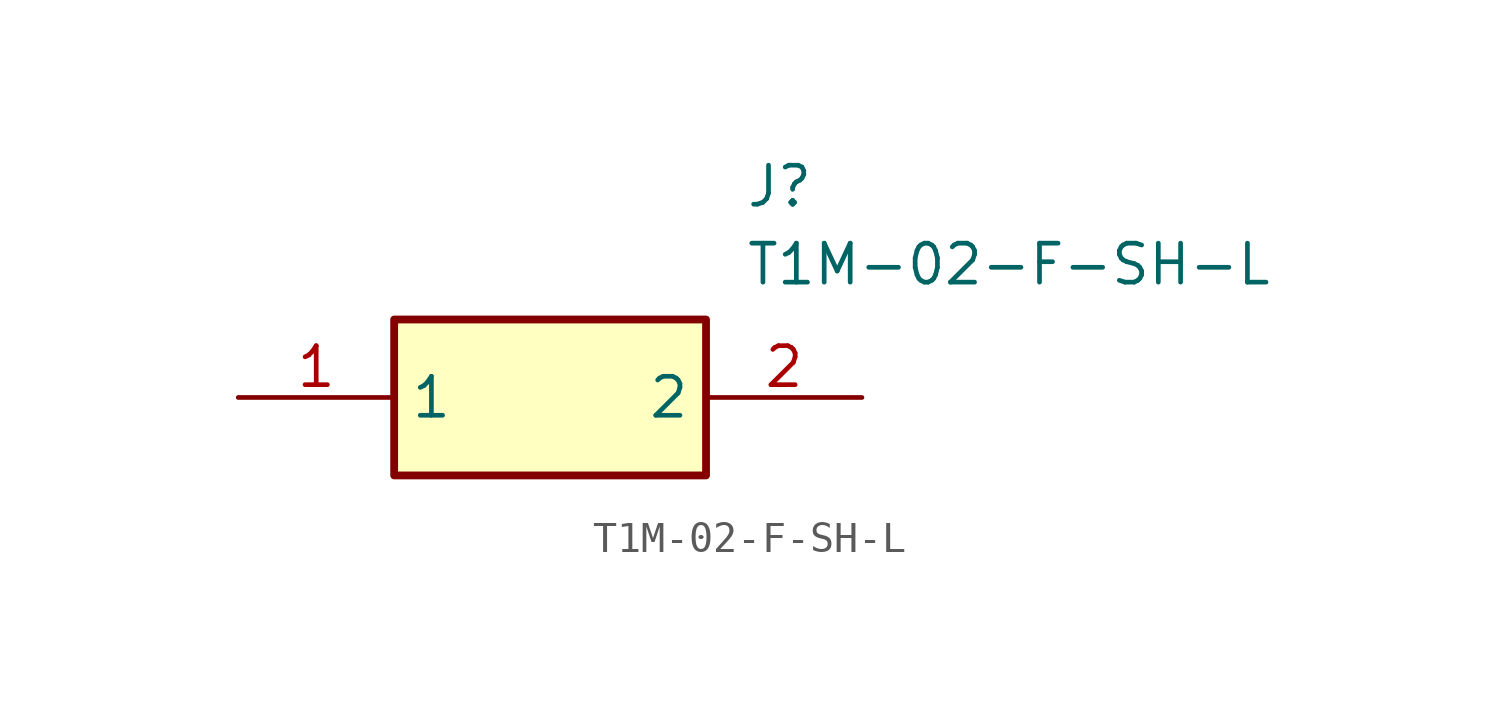
<source format=kicad_sym>
(kicad_symbol_lib
  (version 20211014)
  (generator SamacSys_ECAD_Model)
  (symbol "T1M-02-F-SH-L"
    (property "Reference" "J"
      (at 16.51 7.62 0)
      (effects (font (size 1.27 1.27)) (justify left top)))
    (property "Value" "T1M-02-F-SH-L"
      (at 16.51 5.08 0)
      (effects (font (size 1.27 1.27)) (justify left top)))
    (rectangle
      (start 5.08 2.54)
      (end 15.24 -2.54)
      (stroke (width 0.254) (type default))
      (fill (type background)))
    (pin passive line
      (at 0 0 0)
      (length 5.08)
      (name "1" (effects (font (size 1.27 1.27))))
      (number "1" (effects (font (size 1.27 1.27)))))
    (pin passive line
      (at 20.32 0 180)
      (length 5.08)
      (name "2" (effects (font (size 1.27 1.27))))
      (number "2" (effects (font (size 1.27 1.27)))))))
</source>
